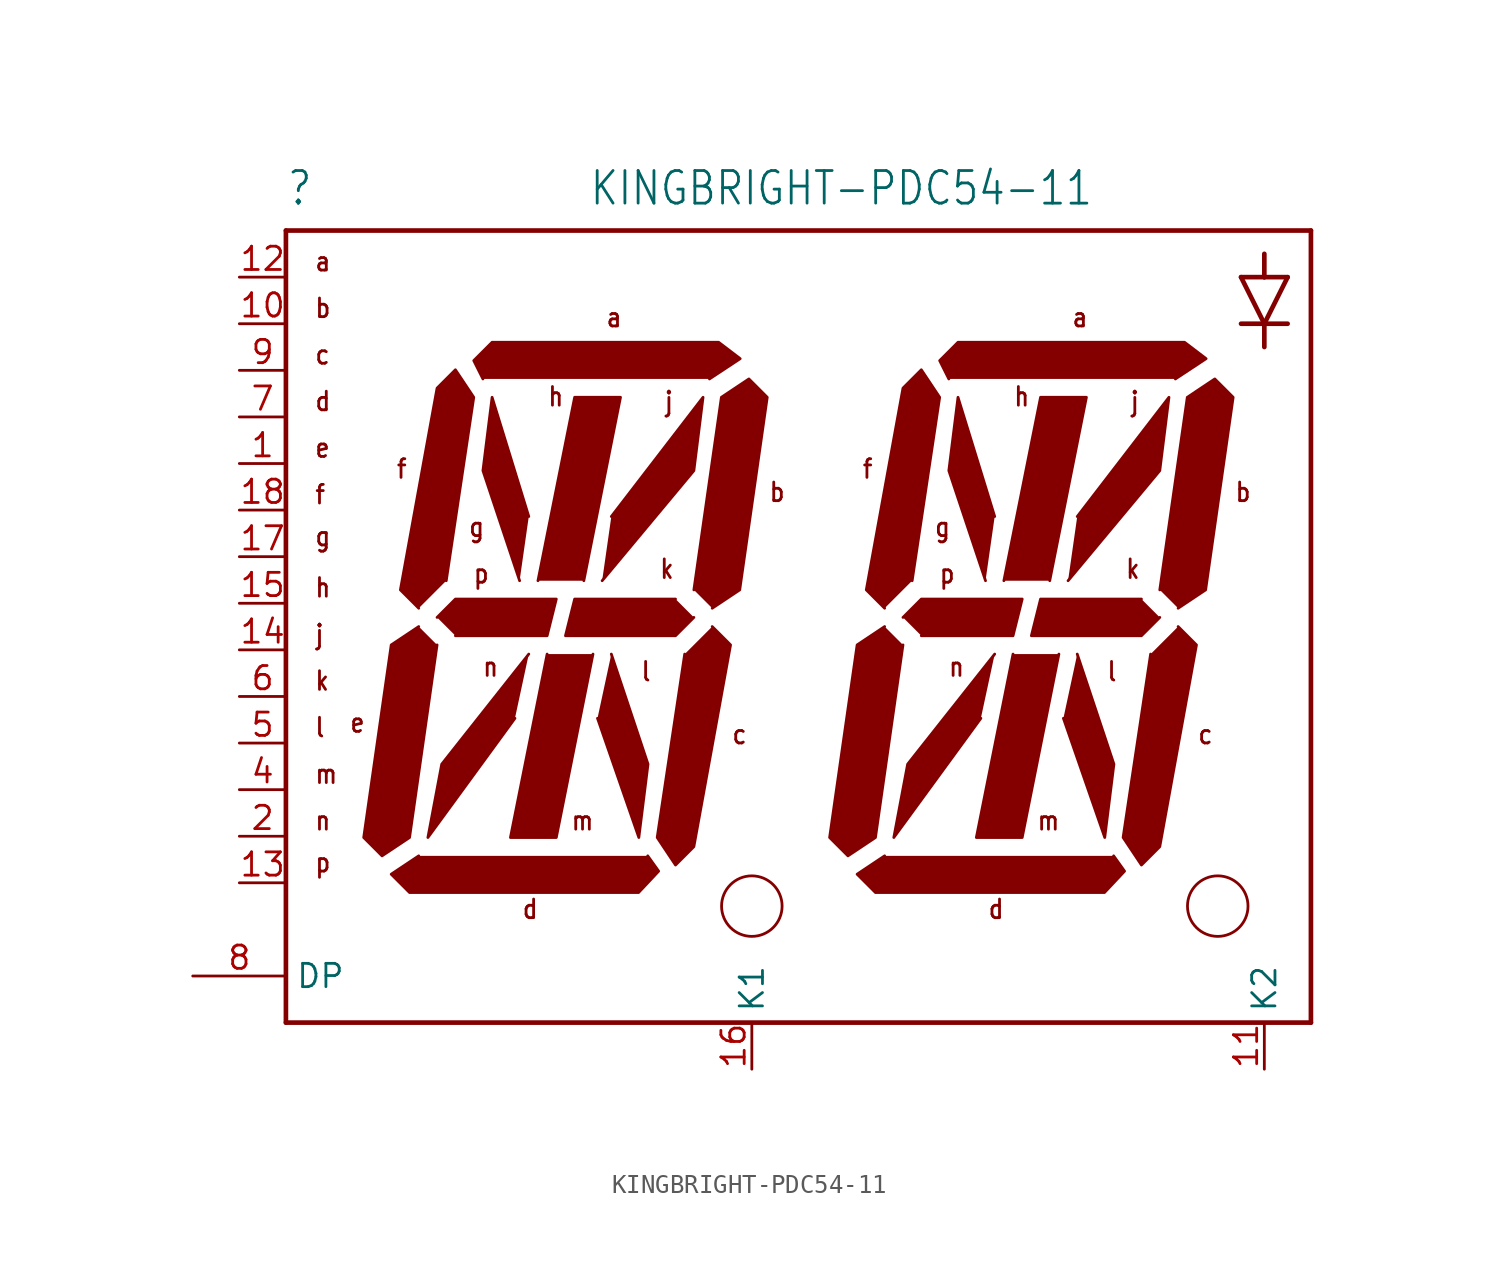
<source format=kicad_sym>
(kicad_symbol_lib
  (version 20211014)
  (generator kicad_symbol_editor)
  (symbol "KINGBRIGHT-PDC54-11"
    (property "Reference" ""
      (at -12.7 19.05 0)
      (effects (font (size 1.778 1.511)) (justify left bottom)))
    (property "Value" "KINGBRIGHT-PDC54-11"
      (at 3.81 19.05 0)
      (effects (font (size 1.778 1.511)) (justify left bottom)))
    (property "ki_locked" ""
      (at 0 0 0)
      (effects (font (size 1.27 1.27))))
    (symbol "KINGBRIGHT-PDC54-11_1_0"
      (polyline (pts (xy -12.7 -25.4) (xy -12.7 17.78)) (stroke (width 0.254) (type default) (color 0 0 0 0)) (fill (type none)))
      (polyline (pts (xy -12.7 17.78) (xy 43.18 17.78)) (stroke (width 0.254) (type default) (color 0 0 0 0)) (fill (type none)))
      (polyline (pts (xy 39.37 12.7) (xy 40.64 12.7)) (stroke (width 0.254) (type default) (color 0 0 0 0)) (fill (type none)))
      (polyline (pts (xy 39.37 15.24) (xy 40.64 12.7)) (stroke (width 0.254) (type default) (color 0 0 0 0)) (fill (type none)))
      (polyline (pts (xy 40.64 12.7) (xy 40.64 11.43)) (stroke (width 0.254) (type default) (color 0 0 0 0)) (fill (type none)))
      (polyline (pts (xy 40.64 12.7) (xy 41.91 12.7)) (stroke (width 0.254) (type default) (color 0 0 0 0)) (fill (type none)))
      (polyline (pts (xy 40.64 12.7) (xy 41.91 15.24)) (stroke (width 0.254) (type default) (color 0 0 0 0)) (fill (type none)))
      (polyline (pts (xy 40.64 15.24) (xy 39.37 15.24)) (stroke (width 0.254) (type default) (color 0 0 0 0)) (fill (type none)))
      (polyline (pts (xy 40.64 15.24) (xy 40.64 16.51)) (stroke (width 0.254) (type default) (color 0 0 0 0)) (fill (type none)))
      (polyline (pts (xy 41.91 15.24) (xy 40.64 15.24)) (stroke (width 0.254) (type default) (color 0 0 0 0)) (fill (type none)))
      (polyline (pts (xy 43.18 -25.4) (xy -12.7 -25.4)) (stroke (width 0.254) (type default) (color 0 0 0 0)) (fill (type none)))
      (polyline (pts (xy 43.18 17.78) (xy 43.18 -25.4)) (stroke (width 0.254) (type default) (color 0 0 0 0)) (fill (type none)))
      (polyline (pts (xy 0.54 -5.31) (xy -4.206 -11.31) (xy -4.96 -15.31) (xy -0.214 -8.81)) (stroke (width 0) (type default) (color 0 0 0 0)) (fill (type outline)))
      (polyline (pts (xy 0.54 2.19) (xy -1.46 8.69) (xy -1.96 4.69) (xy 0.04 -1.31)) (stroke (width 0) (type default) (color 0 0 0 0)) (fill (type outline)))
      (polyline (pts (xy 1.54 -5.31) (xy -0.46 -15.31) (xy 2.04 -15.31) (xy 4.04 -5.31)) (stroke (width 0) (type default) (color 0 0 0 0)) (fill (type outline)))
      (polyline (pts (xy 3.54 -1.31) (xy 5.54 8.69) (xy 3.04 8.69) (xy 1.04 -1.31)) (stroke (width 0) (type default) (color 0 0 0 0)) (fill (type outline)))
      (polyline (pts (xy 4.286 -8.81) (xy 6.54 -15.31) (xy 7.04 -11.31) (xy 5.04 -5.31)) (stroke (width 0) (type default) (color 0 0 0 0)) (fill (type outline)))
      (polyline (pts (xy 4.54 -1.31) (xy 9.54 4.69) (xy 10.04 8.69) (xy 5.04 2.19)) (stroke (width 0) (type default) (color 0 0 0 0)) (fill (type outline)))
      (polyline (pts (xy 25.94 -5.31) (xy 21.194 -11.31) (xy 20.44 -15.31) (xy 25.186 -8.81)) (stroke (width 0) (type default) (color 0 0 0 0)) (fill (type outline)))
      (polyline (pts (xy 25.94 2.19) (xy 23.94 8.69) (xy 23.44 4.69) (xy 25.44 -1.31)) (stroke (width 0) (type default) (color 0 0 0 0)) (fill (type outline)))
      (polyline (pts (xy 26.94 -5.31) (xy 24.94 -15.31) (xy 27.44 -15.31) (xy 29.44 -5.31)) (stroke (width 0) (type default) (color 0 0 0 0)) (fill (type outline)))
      (polyline (pts (xy 28.94 -1.31) (xy 30.94 8.69) (xy 28.44 8.69) (xy 26.44 -1.31)) (stroke (width 0) (type default) (color 0 0 0 0)) (fill (type outline)))
      (polyline (pts (xy 29.686 -8.81) (xy 31.94 -15.31) (xy 32.44 -11.31) (xy 30.44 -5.31)) (stroke (width 0) (type default) (color 0 0 0 0)) (fill (type outline)))
      (polyline (pts (xy 29.94 -1.31) (xy 34.94 4.69) (xy 35.44 8.69) (xy 30.44 2.19)) (stroke (width 0) (type default) (color 0 0 0 0)) (fill (type outline)))
      (polyline (pts (xy -4.46 -3.31) (xy -3.46 -2.31) (xy 2.04 -2.31) (xy 1.54 -4.31) (xy -3.46 -4.31)) (stroke (width 0) (type default) (color 0 0 0 0)) (fill (type outline)))
      (polyline (pts (xy 9.54 -3.31) (xy 8.54 -4.31) (xy 2.54 -4.31) (xy 3.04 -2.31) (xy 8.54 -2.31)) (stroke (width 0) (type default) (color 0 0 0 0)) (fill (type outline)))
      (polyline (pts (xy 20.94 -3.31) (xy 21.94 -2.31) (xy 27.44 -2.31) (xy 26.94 -4.31) (xy 21.94 -4.31)) (stroke (width 0) (type default) (color 0 0 0 0)) (fill (type outline)))
      (polyline (pts (xy 34.94 -3.31) (xy 33.94 -4.31) (xy 27.94 -4.31) (xy 28.44 -2.31) (xy 33.94 -2.31)) (stroke (width 0) (type default) (color 0 0 0 0)) (fill (type outline)))
      (polyline (pts (xy -4.46 -4.81) (xy -5.96 -15.31) (xy -7.46 -16.31) (xy -8.46 -15.31) (xy -6.96 -4.81) (xy -5.46 -3.81)) (stroke (width 0) (type default) (color 0 0 0 0)) (fill (type outline)))
      (polyline (pts (xy -3.96 -1.31) (xy -2.46 8.69) (xy -3.46 10.19) (xy -4.46 9.19) (xy -6.46 -1.81) (xy -5.46 -2.81)) (stroke (width 0) (type default) (color 0 0 0 0)) (fill (type outline)))
      (polyline (pts (xy -1.96 9.69) (xy -2.46 10.69) (xy -1.46 11.69) (xy 10.89 11.69) (xy 12.065 10.795) (xy 10.39 9.69)) (stroke (width 0) (type default) (color 0 0 0 0)) (fill (type outline)))
      (polyline (pts (xy 7.025 -16.31) (xy 7.62 -17.145) (xy 6.525 -18.31) (xy -5.96 -18.31) (xy -6.96 -17.31) (xy -5.46 -16.31)) (stroke (width 0) (type default) (color 0 0 0 0)) (fill (type outline)))
      (polyline (pts (xy 9.04 -5.31) (xy 7.54 -15.31) (xy 8.54 -16.81) (xy 9.54 -15.81) (xy 11.54 -4.81) (xy 10.54 -3.81)) (stroke (width 0) (type default) (color 0 0 0 0)) (fill (type outline)))
      (polyline (pts (xy 9.54 -1.81) (xy 11.04 8.69) (xy 12.54 9.69) (xy 13.54 8.69) (xy 12.04 -1.81) (xy 10.54 -2.81)) (stroke (width 0) (type default) (color 0 0 0 0)) (fill (type outline)))
      (polyline (pts (xy 20.94 -4.81) (xy 19.44 -15.31) (xy 17.94 -16.31) (xy 16.94 -15.31) (xy 18.44 -4.81) (xy 19.94 -3.81)) (stroke (width 0) (type default) (color 0 0 0 0)) (fill (type outline)))
      (polyline (pts (xy 21.44 -1.31) (xy 22.94 8.69) (xy 21.94 10.19) (xy 20.94 9.19) (xy 18.94 -1.81) (xy 19.94 -2.81)) (stroke (width 0) (type default) (color 0 0 0 0)) (fill (type outline)))
      (polyline (pts (xy 23.44 9.69) (xy 22.94 10.69) (xy 23.94 11.69) (xy 36.29 11.69) (xy 37.465 10.795) (xy 35.79 9.69)) (stroke (width 0) (type default) (color 0 0 0 0)) (fill (type outline)))
      (polyline (pts (xy 32.425 -16.31) (xy 33.02 -17.145) (xy 31.925 -18.31) (xy 19.44 -18.31) (xy 18.44 -17.31) (xy 19.94 -16.31)) (stroke (width 0) (type default) (color 0 0 0 0)) (fill (type outline)))
      (polyline (pts (xy 34.44 -5.31) (xy 32.94 -15.31) (xy 33.94 -16.81) (xy 34.94 -15.81) (xy 36.94 -4.81) (xy 35.94 -3.81)) (stroke (width 0) (type default) (color 0 0 0 0)) (fill (type outline)))
      (polyline (pts (xy 34.94 -1.81) (xy 36.44 8.69) (xy 37.94 9.69) (xy 38.94 8.69) (xy 37.44 -1.81) (xy 35.94 -2.81)) (stroke (width 0) (type default) (color 0 0 0 0)) (fill (type outline)))
      (circle (center 12.7 -19.05) (radius 1.65) (stroke (width 0) (type default) (color 0 0 0 0)) (fill (type none)))
      (circle (center 38.1 -19.05) (radius 1.65) (stroke (width 0) (type default) (color 0 0 0 0)) (fill (type none)))
      (text "a" (at -11.176 15.494 0) (effects (font (size 1.016 0.864)) (justify left bottom)))
      (text "a" (at 4.699 12.446 0) (effects (font (size 1.016 0.864)) (justify left bottom)))
      (text "a" (at 30.099 12.446 0) (effects (font (size 1.016 0.864)) (justify left bottom)))
      (text "b" (at -11.176 12.954 0) (effects (font (size 1.016 0.864)) (justify left bottom)))
      (text "b" (at 13.589 2.921 0) (effects (font (size 1.016 0.864)) (justify left bottom)))
      (text "b" (at 38.989 2.921 0) (effects (font (size 1.016 0.864)) (justify left bottom)))
      (text "c" (at -11.176 10.414 0) (effects (font (size 1.016 0.864)) (justify left bottom)))
      (text "c" (at 11.557 -10.287 0) (effects (font (size 1.016 0.864)) (justify left bottom)))
      (text "c" (at 36.957 -10.287 0) (effects (font (size 1.016 0.864)) (justify left bottom)))
      (text "d" (at -11.176 7.874 0) (effects (font (size 1.016 0.864)) (justify left bottom)))
      (text "d" (at 0.127 -19.812 0) (effects (font (size 1.016 0.864)) (justify left bottom)))
      (text "d" (at 25.527 -19.812 0) (effects (font (size 1.016 0.864)) (justify left bottom)))
      (text "e" (at -11.176 5.334 0) (effects (font (size 1.016 0.864)) (justify left bottom)))
      (text "e" (at -9.271 -9.652 0) (effects (font (size 1.016 0.864)) (justify left bottom)))
      (text "f" (at -11.176 2.794 0) (effects (font (size 1.016 0.864)) (justify left bottom)))
      (text "f" (at -6.731 4.191 0) (effects (font (size 1.016 0.864)) (justify left bottom)))
      (text "f" (at 18.669 4.191 0) (effects (font (size 1.016 0.864)) (justify left bottom)))
      (text "g" (at -11.176 0.508 0) (effects (font (size 1.016 0.864)) (justify left bottom)))
      (text "g" (at -2.794 1.016 0) (effects (font (size 1.016 0.864)) (justify left bottom)))
      (text "g" (at 22.606 1.016 0) (effects (font (size 1.016 0.864)) (justify left bottom)))
      (text "h" (at -11.176 -2.286 0) (effects (font (size 1.016 0.864)) (justify left bottom)))
      (text "h" (at 1.524 8.128 0) (effects (font (size 1.016 0.864)) (justify left bottom)))
      (text "h" (at 26.924 8.128 0) (effects (font (size 1.016 0.864)) (justify left bottom)))
      (text "j" (at -11.176 -4.826 0) (effects (font (size 1.016 0.864)) (justify left bottom)))
      (text "j" (at 7.874 7.874 0) (effects (font (size 1.016 0.864)) (justify left bottom)))
      (text "j" (at 33.274 7.874 0) (effects (font (size 1.016 0.864)) (justify left bottom)))
      (text "k" (at -11.176 -7.366 0) (effects (font (size 1.016 0.864)) (justify left bottom)))
      (text "k" (at 7.62 -1.27 0) (effects (font (size 1.016 0.864)) (justify left bottom)))
      (text "k" (at 33.02 -1.27 0) (effects (font (size 1.016 0.864)) (justify left bottom)))
      (text "l" (at -11.176 -9.906 0) (effects (font (size 1.016 0.864)) (justify left bottom)))
      (text "l" (at 6.604 -6.858 0) (effects (font (size 1.016 0.864)) (justify left bottom)))
      (text "l" (at 32.004 -6.858 0) (effects (font (size 1.016 0.864)) (justify left bottom)))
      (text "m" (at -11.176 -12.446 0) (effects (font (size 1.016 0.864)) (justify left bottom)))
      (text "m" (at 2.794 -14.986 0) (effects (font (size 1.016 0.864)) (justify left bottom)))
      (text "m" (at 28.194 -14.986 0) (effects (font (size 1.016 0.864)) (justify left bottom)))
      (text "n" (at -11.176 -14.986 0) (effects (font (size 1.016 0.864)) (justify left bottom)))
      (text "n" (at -2.032 -6.604 0) (effects (font (size 1.016 0.864)) (justify left bottom)))
      (text "n" (at 23.368 -6.604 0) (effects (font (size 1.016 0.864)) (justify left bottom)))
      (text "p" (at -11.176 -17.272 0) (effects (font (size 1.016 0.864)) (justify left bottom)))
      (text "p" (at -2.54 -1.524 0) (effects (font (size 1.016 0.864)) (justify left bottom)))
      (text "p" (at 22.86 -1.524 0) (effects (font (size 1.016 0.864)) (justify left bottom)))
      (pin passive line (at -15.24 5.08 0) (length 2.54) (name "E" (effects (font (size 0 0)))) (number "1" (effects (font (size 1.27 1.27)))))
      (pin passive line (at -15.24 12.7 0) (length 2.54) (name "B" (effects (font (size 0 0)))) (number "10" (effects (font (size 1.27 1.27)))))
      (pin passive line (at 40.64 -27.94 90) (length 2.54) (name "K2" (effects (font (size 1.27 1.27)))) (number "11" (effects (font (size 1.27 1.27)))))
      (pin passive line (at -15.24 15.24 0) (length 2.54) (name "A" (effects (font (size 0 0)))) (number "12" (effects (font (size 1.27 1.27)))))
      (pin passive line (at -15.24 -17.78 0) (length 2.54) (name "P" (effects (font (size 0 0)))) (number "13" (effects (font (size 1.27 1.27)))))
      (pin passive line (at -15.24 -5.08 0) (length 2.54) (name "J" (effects (font (size 0 0)))) (number "14" (effects (font (size 1.27 1.27)))))
      (pin passive line (at -15.24 -2.54 0) (length 2.54) (name "H" (effects (font (size 0 0)))) (number "15" (effects (font (size 1.27 1.27)))))
      (pin passive line (at 12.7 -27.94 90) (length 2.54) (name "K1" (effects (font (size 1.27 1.27)))) (number "16" (effects (font (size 1.27 1.27)))))
      (pin passive line (at -15.24 0 0) (length 2.54) (name "G" (effects (font (size 0 0)))) (number "17" (effects (font (size 1.27 1.27)))))
      (pin passive line (at -15.24 2.54 0) (length 2.54) (name "F" (effects (font (size 0 0)))) (number "18" (effects (font (size 1.27 1.27)))))
      (pin passive line (at -15.24 -15.24 0) (length 2.54) (name "N" (effects (font (size 0 0)))) (number "2" (effects (font (size 1.27 1.27)))))
      (pin passive line (at -15.24 -12.7 0) (length 2.54) (name "M" (effects (font (size 0 0)))) (number "4" (effects (font (size 1.27 1.27)))))
      (pin passive line (at -15.24 -10.16 0) (length 2.54) (name "L" (effects (font (size 0 0)))) (number "5" (effects (font (size 1.27 1.27)))))
      (pin passive line (at -15.24 -7.62 0) (length 2.54) (name "K" (effects (font (size 0 0)))) (number "6" (effects (font (size 1.27 1.27)))))
      (pin passive line (at -15.24 7.62 0) (length 2.54) (name "D" (effects (font (size 0 0)))) (number "7" (effects (font (size 1.27 1.27)))))
      (pin passive line (at -17.78 -22.86 0) (length 5.08) (name "DP" (effects (font (size 1.27 1.27)))) (number "8" (effects (font (size 1.27 1.27)))))
      (pin passive line (at -15.24 10.16 0) (length 2.54) (name "C" (effects (font (size 0 0)))) (number "9" (effects (font (size 1.27 1.27))))))))
</source>
